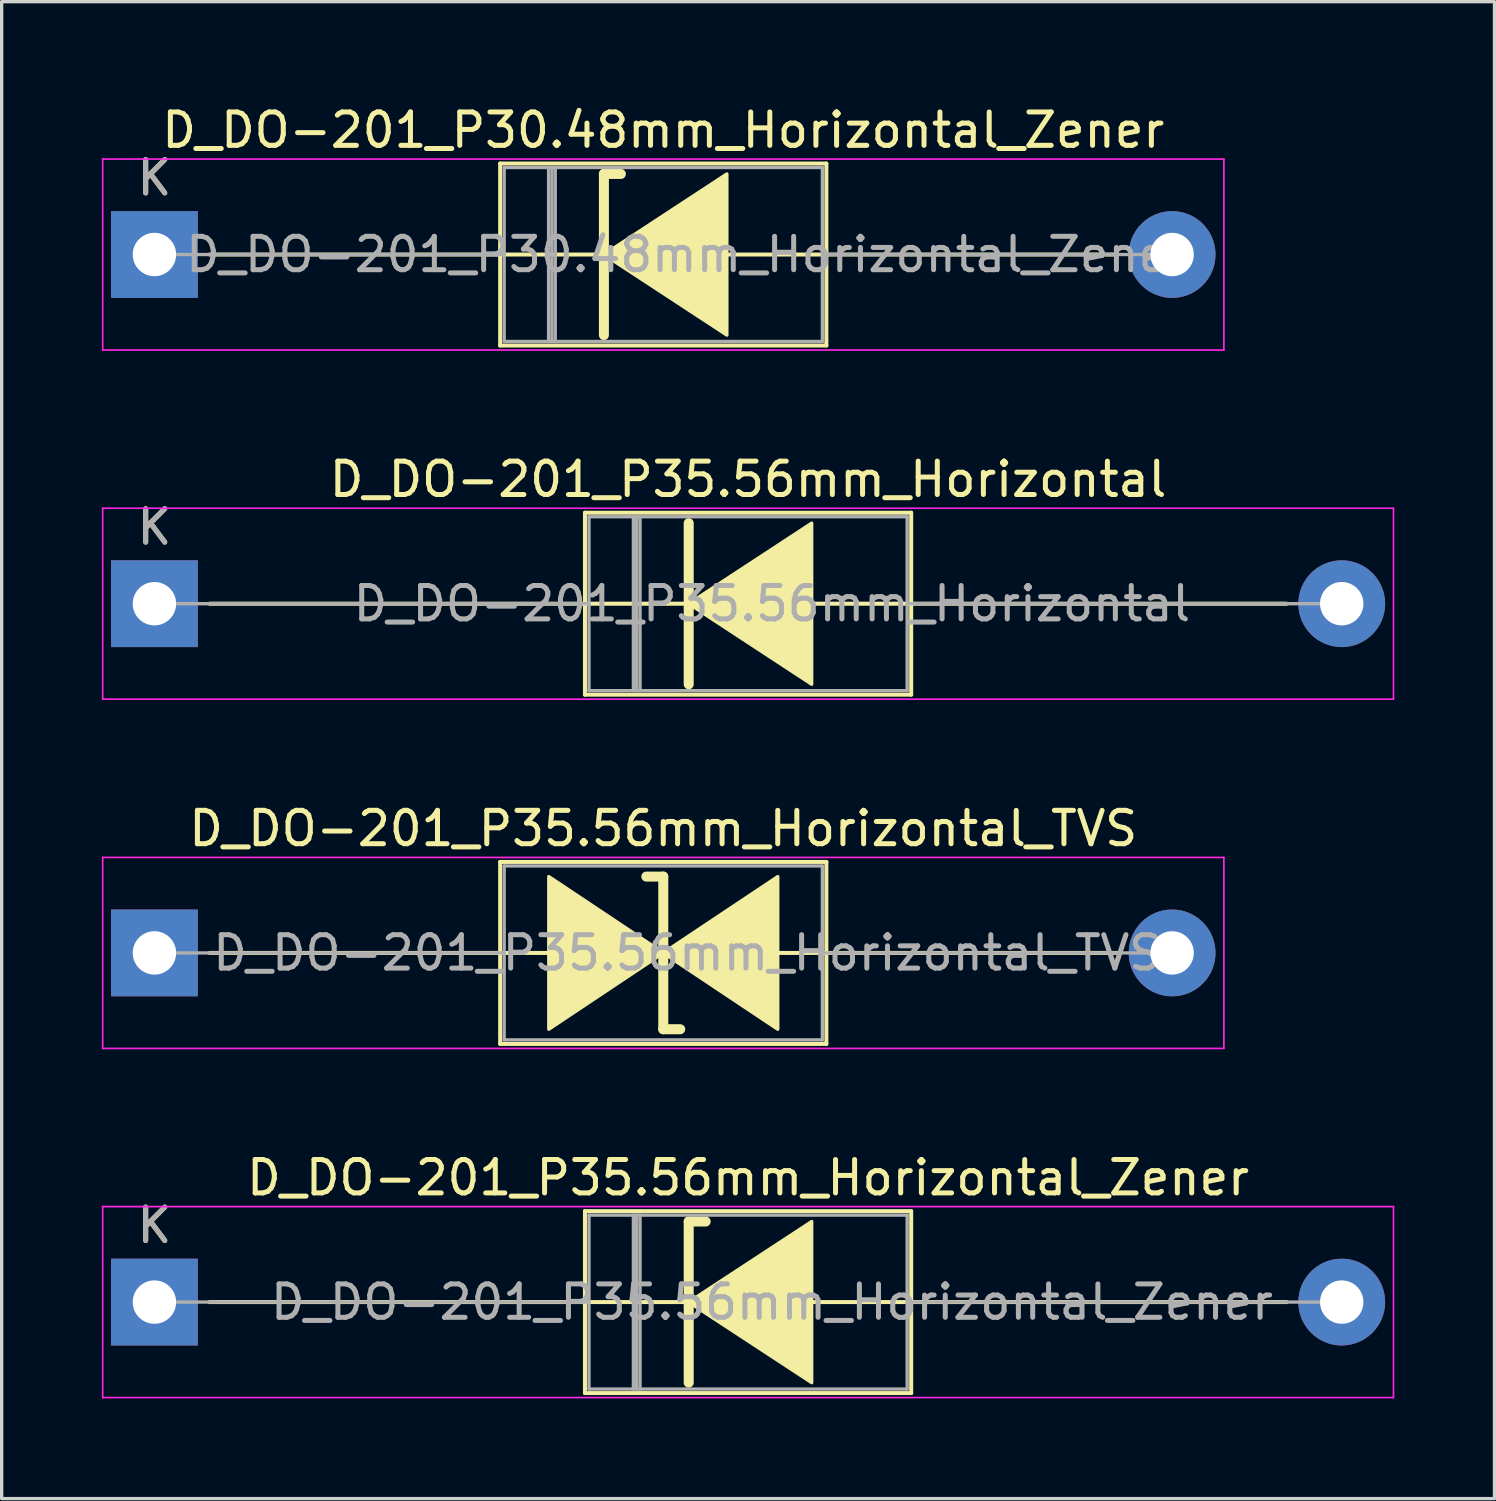
<source format=kicad_pcb>
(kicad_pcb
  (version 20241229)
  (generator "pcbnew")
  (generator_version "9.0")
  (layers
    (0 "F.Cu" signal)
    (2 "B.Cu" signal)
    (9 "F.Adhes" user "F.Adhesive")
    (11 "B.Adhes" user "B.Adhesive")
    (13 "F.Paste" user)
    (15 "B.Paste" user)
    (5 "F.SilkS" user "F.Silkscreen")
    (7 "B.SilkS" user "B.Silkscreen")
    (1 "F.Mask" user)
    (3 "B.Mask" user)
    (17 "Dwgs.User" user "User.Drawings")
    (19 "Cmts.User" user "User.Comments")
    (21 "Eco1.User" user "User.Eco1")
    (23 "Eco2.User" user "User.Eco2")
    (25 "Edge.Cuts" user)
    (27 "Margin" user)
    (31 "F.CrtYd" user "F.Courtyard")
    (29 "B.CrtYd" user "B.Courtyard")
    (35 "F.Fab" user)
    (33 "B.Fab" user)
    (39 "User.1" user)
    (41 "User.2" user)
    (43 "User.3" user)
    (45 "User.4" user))
  (footprint "D_DO-201_P35.56mm_Horizontal"
    (layer "F.Cu")
    (at 1.575 15.031)
    (property "Reference" "D_DO-201_P35.56mm_Horizontal" (at 17.78 -3.725 0) (layer "F.SilkS") (effects (font (size 1 1) (thickness 0.15))))
    (attr through_hole)
    (fp_line (start 1.651 0) (end 12.895 0) (stroke (width 0.12) (type solid)) (layer "F.SilkS"))
    (fp_line (start 12.895 -2.725) (end 12.895 2.725) (stroke (width 0.12) (type solid)) (layer "F.SilkS"))
    (fp_line (start 12.895 2.725) (end 22.665 2.725) (stroke (width 0.12) (type solid)) (layer "F.SilkS"))
    (fp_line (start 16.002 -2.413) (end 16.002 2.413) (stroke (width 0.3) (type solid)) (layer "F.SilkS"))
    (fp_line (start 16.002 0) (end 12.895 0) (stroke (width 0.12) (type solid)) (layer "F.SilkS"))
    (fp_line (start 19.685 0) (end 22.665 0) (stroke (width 0.12) (type solid)) (layer "F.SilkS"))
    (fp_line (start 22.665 -2.725) (end 12.895 -2.725) (stroke (width 0.12) (type solid)) (layer "F.SilkS"))
    (fp_line (start 22.665 2.725) (end 22.665 -2.725) (stroke (width 0.12) (type solid)) (layer "F.SilkS"))
    (fp_line (start 33.909 0) (end 22.665 0) (stroke (width 0.12) (type solid)) (layer "F.SilkS"))
    (fp_poly (pts (xy 19.685 2.413) (xy 16.002 0) (xy 19.685 -2.413)) (stroke (width 0.1) (type solid)) (fill yes) (layer "F.SilkS"))
    (fp_line (start -1.55 -2.86) (end -1.55 2.86) (stroke (width 0.05) (type solid)) (layer "F.CrtYd"))
    (fp_line (start -1.55 2.86) (end 37.11 2.86) (stroke (width 0.05) (type solid)) (layer "F.CrtYd"))
    (fp_line (start 37.11 -2.86) (end -1.55 -2.86) (stroke (width 0.05) (type solid)) (layer "F.CrtYd"))
    (fp_line (start 37.11 2.86) (end 37.11 -2.86) (stroke (width 0.05) (type solid)) (layer "F.CrtYd"))
    (fp_line (start 0 0) (end 13.015 0) (stroke (width 0.1) (type solid)) (layer "F.Fab"))
    (fp_line (start 13.015 -2.605) (end 13.015 2.605) (stroke (width 0.1) (type solid)) (layer "F.Fab"))
    (fp_line (start 13.015 2.605) (end 22.545 2.605) (stroke (width 0.1) (type solid)) (layer "F.Fab"))
    (fp_line (start 14.345 -2.605) (end 14.345 2.605) (stroke (width 0.1) (type solid)) (layer "F.Fab"))
    (fp_line (start 14.444 -2.605) (end 14.444 2.605) (stroke (width 0.1) (type solid)) (layer "F.Fab"))
    (fp_line (start 14.544 -2.605) (end 14.544 2.605) (stroke (width 0.1) (type solid)) (layer "F.Fab"))
    (fp_line (start 22.545 -2.605) (end 13.015 -2.605) (stroke (width 0.1) (type solid)) (layer "F.Fab"))
    (fp_line (start 22.545 2.605) (end 22.545 -2.605) (stroke (width 0.1) (type solid)) (layer "F.Fab"))
    (fp_line (start 35.56 0) (end 22.545 0) (stroke (width 0.1) (type solid)) (layer "F.Fab"))
    (fp_text user "K" (at 0 -2.3 0) (layer "F.SilkS") (effects (font (size 1 1) (thickness 0.15))))
    (fp_text user "K" (at 0 -2.3 0) (layer "F.Fab") (effects (font (size 1 1) (thickness 0.15))))
    (fp_text user "${REFERENCE}" (at 18.495 0 0) (layer "F.Fab") (effects (font (size 1 1) (thickness 0.15))))
    (pad "1" thru_hole rect (at 0 0) (size 2.6 2.6) (drill 1.3) (layers "*.Cu" "*.Mask"))
    (pad "2" thru_hole oval (at 35.56 0) (size 2.6 2.6) (drill 1.3) (layers "*.Cu" "*.Mask")))
  (footprint "D_DO-201_P35.56mm_Horizontal_Zener"
    (layer "F.Cu")
    (at 1.575 35.948)
    (property "Reference" "D_DO-201_P35.56mm_Horizontal_Zener" (at 17.78 -3.725 0) (layer "F.SilkS") (effects (font (size 1 1) (thickness 0.15))))
    (attr through_hole)
    (fp_line (start 1.651 0) (end 12.895 0) (stroke (width 0.12) (type solid)) (layer "F.SilkS"))
    (fp_line (start 12.895 -2.725) (end 12.895 2.725) (stroke (width 0.12) (type solid)) (layer "F.SilkS"))
    (fp_line (start 12.895 2.725) (end 22.665 2.725) (stroke (width 0.12) (type solid)) (layer "F.SilkS"))
    (fp_line (start 16.002 -2.413) (end 16.002 2.413) (stroke (width 0.3) (type solid)) (layer "F.SilkS"))
    (fp_line (start 16.002 -2.413) (end 16.51 -2.413) (stroke (width 0.3) (type solid)) (layer "F.SilkS"))
    (fp_line (start 16.002 0) (end 12.895 0) (stroke (width 0.12) (type solid)) (layer "F.SilkS"))
    (fp_line (start 19.685 0) (end 22.665 0) (stroke (width 0.12) (type solid)) (layer "F.SilkS"))
    (fp_line (start 22.665 -2.725) (end 12.895 -2.725) (stroke (width 0.12) (type solid)) (layer "F.SilkS"))
    (fp_line (start 22.665 2.725) (end 22.665 -2.725) (stroke (width 0.12) (type solid)) (layer "F.SilkS"))
    (fp_line (start 33.909 0) (end 22.665 0) (stroke (width 0.12) (type solid)) (layer "F.SilkS"))
    (fp_poly (pts (xy 19.685 2.413) (xy 16.002 0) (xy 19.685 -2.413)) (stroke (width 0.1) (type solid)) (fill yes) (layer "F.SilkS"))
    (fp_line (start -1.55 -2.86) (end -1.55 2.86) (stroke (width 0.05) (type solid)) (layer "F.CrtYd"))
    (fp_line (start -1.55 2.86) (end 37.11 2.86) (stroke (width 0.05) (type solid)) (layer "F.CrtYd"))
    (fp_line (start 37.11 -2.86) (end -1.55 -2.86) (stroke (width 0.05) (type solid)) (layer "F.CrtYd"))
    (fp_line (start 37.11 2.86) (end 37.11 -2.86) (stroke (width 0.05) (type solid)) (layer "F.CrtYd"))
    (fp_line (start 0 0) (end 13.015 0) (stroke (width 0.1) (type solid)) (layer "F.Fab"))
    (fp_line (start 13.015 -2.605) (end 13.015 2.605) (stroke (width 0.1) (type solid)) (layer "F.Fab"))
    (fp_line (start 13.015 2.605) (end 22.545 2.605) (stroke (width 0.1) (type solid)) (layer "F.Fab"))
    (fp_line (start 14.345 -2.605) (end 14.345 2.605) (stroke (width 0.1) (type solid)) (layer "F.Fab"))
    (fp_line (start 14.444 -2.605) (end 14.444 2.605) (stroke (width 0.1) (type solid)) (layer "F.Fab"))
    (fp_line (start 14.544 -2.605) (end 14.544 2.605) (stroke (width 0.1) (type solid)) (layer "F.Fab"))
    (fp_line (start 22.545 -2.605) (end 13.015 -2.605) (stroke (width 0.1) (type solid)) (layer "F.Fab"))
    (fp_line (start 22.545 2.605) (end 22.545 -2.605) (stroke (width 0.1) (type solid)) (layer "F.Fab"))
    (fp_line (start 35.56 0) (end 22.545 0) (stroke (width 0.1) (type solid)) (layer "F.Fab"))
    (fp_text user "K" (at 0 -2.3 0) (layer "F.SilkS") (effects (font (size 1 1) (thickness 0.15))))
    (fp_text user "K" (at 0 -2.3 0) (layer "F.Fab") (effects (font (size 1 1) (thickness 0.15))))
    (fp_text user "${REFERENCE}" (at 18.495 0 0) (layer "F.Fab") (effects (font (size 1 1) (thickness 0.15))))
    (pad "1" thru_hole rect (at 0 0) (size 2.6 2.6) (drill 1.3) (layers "*.Cu" "*.Mask"))
    (pad "2" thru_hole oval (at 35.56 0) (size 2.6 2.6) (drill 1.3) (layers "*.Cu" "*.Mask")))
  (footprint "D_DO-201_P35.56mm_Horizontal_TVS"
    (layer "F.Cu")
    (at 1.575 25.49)
    (property "Reference" "D_DO-201_P35.56mm_Horizontal_TVS" (at 15.24 -3.725 0) (layer "F.SilkS") (effects (font (size 1 1) (thickness 0.15))))
    (attr through_hole)
    (fp_line (start 1.651 0) (end 10.355 0) (stroke (width 0.12) (type solid)) (layer "F.SilkS"))
    (fp_line (start 10.355 -2.725) (end 10.355 2.725) (stroke (width 0.12) (type solid)) (layer "F.SilkS"))
    (fp_line (start 10.355 0) (end 11.811 0) (stroke (width 0.12) (type solid)) (layer "F.SilkS"))
    (fp_line (start 10.355 2.725) (end 20.125 2.725) (stroke (width 0.12) (type solid)) (layer "F.SilkS"))
    (fp_line (start 15.24 -2.286) (end 14.732 -2.286) (stroke (width 0.3) (type solid)) (layer "F.SilkS"))
    (fp_line (start 15.24 2.286) (end 15.24 -2.286) (stroke (width 0.3) (type solid)) (layer "F.SilkS"))
    (fp_line (start 15.748 2.286) (end 15.24 2.286) (stroke (width 0.3) (type solid)) (layer "F.SilkS"))
    (fp_line (start 18.669 0) (end 20.125 0) (stroke (width 0.12) (type solid)) (layer "F.SilkS"))
    (fp_line (start 20.125 -2.725) (end 10.355 -2.725) (stroke (width 0.12) (type solid)) (layer "F.SilkS"))
    (fp_line (start 20.125 2.725) (end 20.125 -2.725) (stroke (width 0.12) (type solid)) (layer "F.SilkS"))
    (fp_line (start 28.829 0) (end 20.125 0) (stroke (width 0.12) (type solid)) (layer "F.SilkS"))
    (fp_poly (pts (xy 15.24 0) (xy 11.811 2.286) (xy 11.811 -2.286)) (stroke (width 0.1) (type solid)) (fill yes) (layer "F.SilkS"))
    (fp_poly (pts (xy 15.24 0) (xy 18.669 -2.286) (xy 18.669 2.286)) (stroke (width 0.1) (type solid)) (fill yes) (layer "F.SilkS"))
    (fp_line (start -1.55 -2.86) (end -1.55 2.86) (stroke (width 0.05) (type solid)) (layer "F.CrtYd"))
    (fp_line (start -1.55 2.86) (end 32.03 2.86) (stroke (width 0.05) (type solid)) (layer "F.CrtYd"))
    (fp_line (start 32.03 -2.86) (end -1.55 -2.86) (stroke (width 0.05) (type solid)) (layer "F.CrtYd"))
    (fp_line (start 32.03 2.86) (end 32.03 -2.86) (stroke (width 0.05) (type solid)) (layer "F.CrtYd"))
    (fp_line (start 0 0) (end 10.475 0) (stroke (width 0.1) (type solid)) (layer "F.Fab"))
    (fp_line (start 10.475 -2.605) (end 10.475 2.605) (stroke (width 0.1) (type solid)) (layer "F.Fab"))
    (fp_line (start 10.475 2.605) (end 20.005 2.605) (stroke (width 0.1) (type solid)) (layer "F.Fab"))
    (fp_line (start 20.005 -2.605) (end 10.475 -2.605) (stroke (width 0.1) (type solid)) (layer "F.Fab"))
    (fp_line (start 20.005 2.605) (end 20.005 -2.605) (stroke (width 0.1) (type solid)) (layer "F.Fab"))
    (fp_line (start 30.48 0) (end 20.005 0) (stroke (width 0.1) (type solid)) (layer "F.Fab"))
    (fp_text user "${REFERENCE}" (at 15.955 0 0) (layer "F.Fab") (effects (font (size 1 1) (thickness 0.15))))
    (pad "1" thru_hole rect (at 0 0) (size 2.6 2.6) (drill 1.3) (layers "*.Cu" "*.Mask"))
    (pad "2" thru_hole oval (at 30.48 0) (size 2.6 2.6) (drill 1.3) (layers "*.Cu" "*.Mask")))
  (footprint "D_DO-201_P30.48mm_Horizontal_Zener"
    (layer "F.Cu")
    (at 1.575 4.573)
    (property "Reference" "D_DO-201_P30.48mm_Horizontal_Zener" (at 15.24 -3.725 0) (layer "F.SilkS") (effects (font (size 1 1) (thickness 0.15))))
    (attr through_hole)
    (fp_line (start 1.651 0) (end 10.355 0) (stroke (width 0.12) (type solid)) (layer "F.SilkS"))
    (fp_line (start 10.355 -2.725) (end 10.355 2.725) (stroke (width 0.12) (type solid)) (layer "F.SilkS"))
    (fp_line (start 10.355 2.725) (end 20.125 2.725) (stroke (width 0.12) (type solid)) (layer "F.SilkS"))
    (fp_line (start 13.462 -2.413) (end 13.462 2.413) (stroke (width 0.3) (type solid)) (layer "F.SilkS"))
    (fp_line (start 13.462 -2.413) (end 13.97 -2.413) (stroke (width 0.3) (type solid)) (layer "F.SilkS"))
    (fp_line (start 13.462 0) (end 10.355 0) (stroke (width 0.12) (type solid)) (layer "F.SilkS"))
    (fp_line (start 17.145 0) (end 20.125 0) (stroke (width 0.12) (type solid)) (layer "F.SilkS"))
    (fp_line (start 20.125 -2.725) (end 10.355 -2.725) (stroke (width 0.12) (type solid)) (layer "F.SilkS"))
    (fp_line (start 20.125 2.725) (end 20.125 -2.725) (stroke (width 0.12) (type solid)) (layer "F.SilkS"))
    (fp_line (start 28.829 0) (end 20.125 0) (stroke (width 0.12) (type solid)) (layer "F.SilkS"))
    (fp_poly (pts (xy 17.145 2.413) (xy 13.462 0) (xy 17.145 -2.413)) (stroke (width 0.1) (type solid)) (fill yes) (layer "F.SilkS"))
    (fp_line (start -1.55 -2.86) (end -1.55 2.86) (stroke (width 0.05) (type solid)) (layer "F.CrtYd"))
    (fp_line (start -1.55 2.86) (end 32.03 2.86) (stroke (width 0.05) (type solid)) (layer "F.CrtYd"))
    (fp_line (start 32.03 -2.86) (end -1.55 -2.86) (stroke (width 0.05) (type solid)) (layer "F.CrtYd"))
    (fp_line (start 32.03 2.86) (end 32.03 -2.86) (stroke (width 0.05) (type solid)) (layer "F.CrtYd"))
    (fp_line (start 0 0) (end 10.475 0) (stroke (width 0.1) (type solid)) (layer "F.Fab"))
    (fp_line (start 10.475 -2.605) (end 10.475 2.605) (stroke (width 0.1) (type solid)) (layer "F.Fab"))
    (fp_line (start 10.475 2.605) (end 20.005 2.605) (stroke (width 0.1) (type solid)) (layer "F.Fab"))
    (fp_line (start 11.805 -2.605) (end 11.805 2.605) (stroke (width 0.1) (type solid)) (layer "F.Fab"))
    (fp_line (start 11.905 -2.605) (end 11.905 2.605) (stroke (width 0.1) (type solid)) (layer "F.Fab"))
    (fp_line (start 12.005 -2.605) (end 12.005 2.605) (stroke (width 0.1) (type solid)) (layer "F.Fab"))
    (fp_line (start 20.005 -2.605) (end 10.475 -2.605) (stroke (width 0.1) (type solid)) (layer "F.Fab"))
    (fp_line (start 20.005 2.605) (end 20.005 -2.605) (stroke (width 0.1) (type solid)) (layer "F.Fab"))
    (fp_line (start 30.48 0) (end 20.005 0) (stroke (width 0.1) (type solid)) (layer "F.Fab"))
    (fp_text user "K" (at 0 -2.3 0) (layer "F.SilkS") (effects (font (size 1 1) (thickness 0.15))))
    (fp_text user "K" (at 0 -2.3 0) (layer "F.Fab") (effects (font (size 1 1) (thickness 0.15))))
    (fp_text user "${REFERENCE}" (at 15.955 0 0) (layer "F.Fab") (effects (font (size 1 1) (thickness 0.15))))
    (pad "1" thru_hole rect (at 0 0) (size 2.6 2.6) (drill 1.3) (layers "*.Cu" "*.Mask"))
    (pad "2" thru_hole oval (at 30.48 0) (size 2.6 2.6) (drill 1.3) (layers "*.Cu" "*.Mask")))
  (gr_rect
    (start -3 -3)
    (end 41.71 41.833)
    (stroke (width 0.1) (type default))
    (fill no)
    (layer "Edge.Cuts")))
</source>
